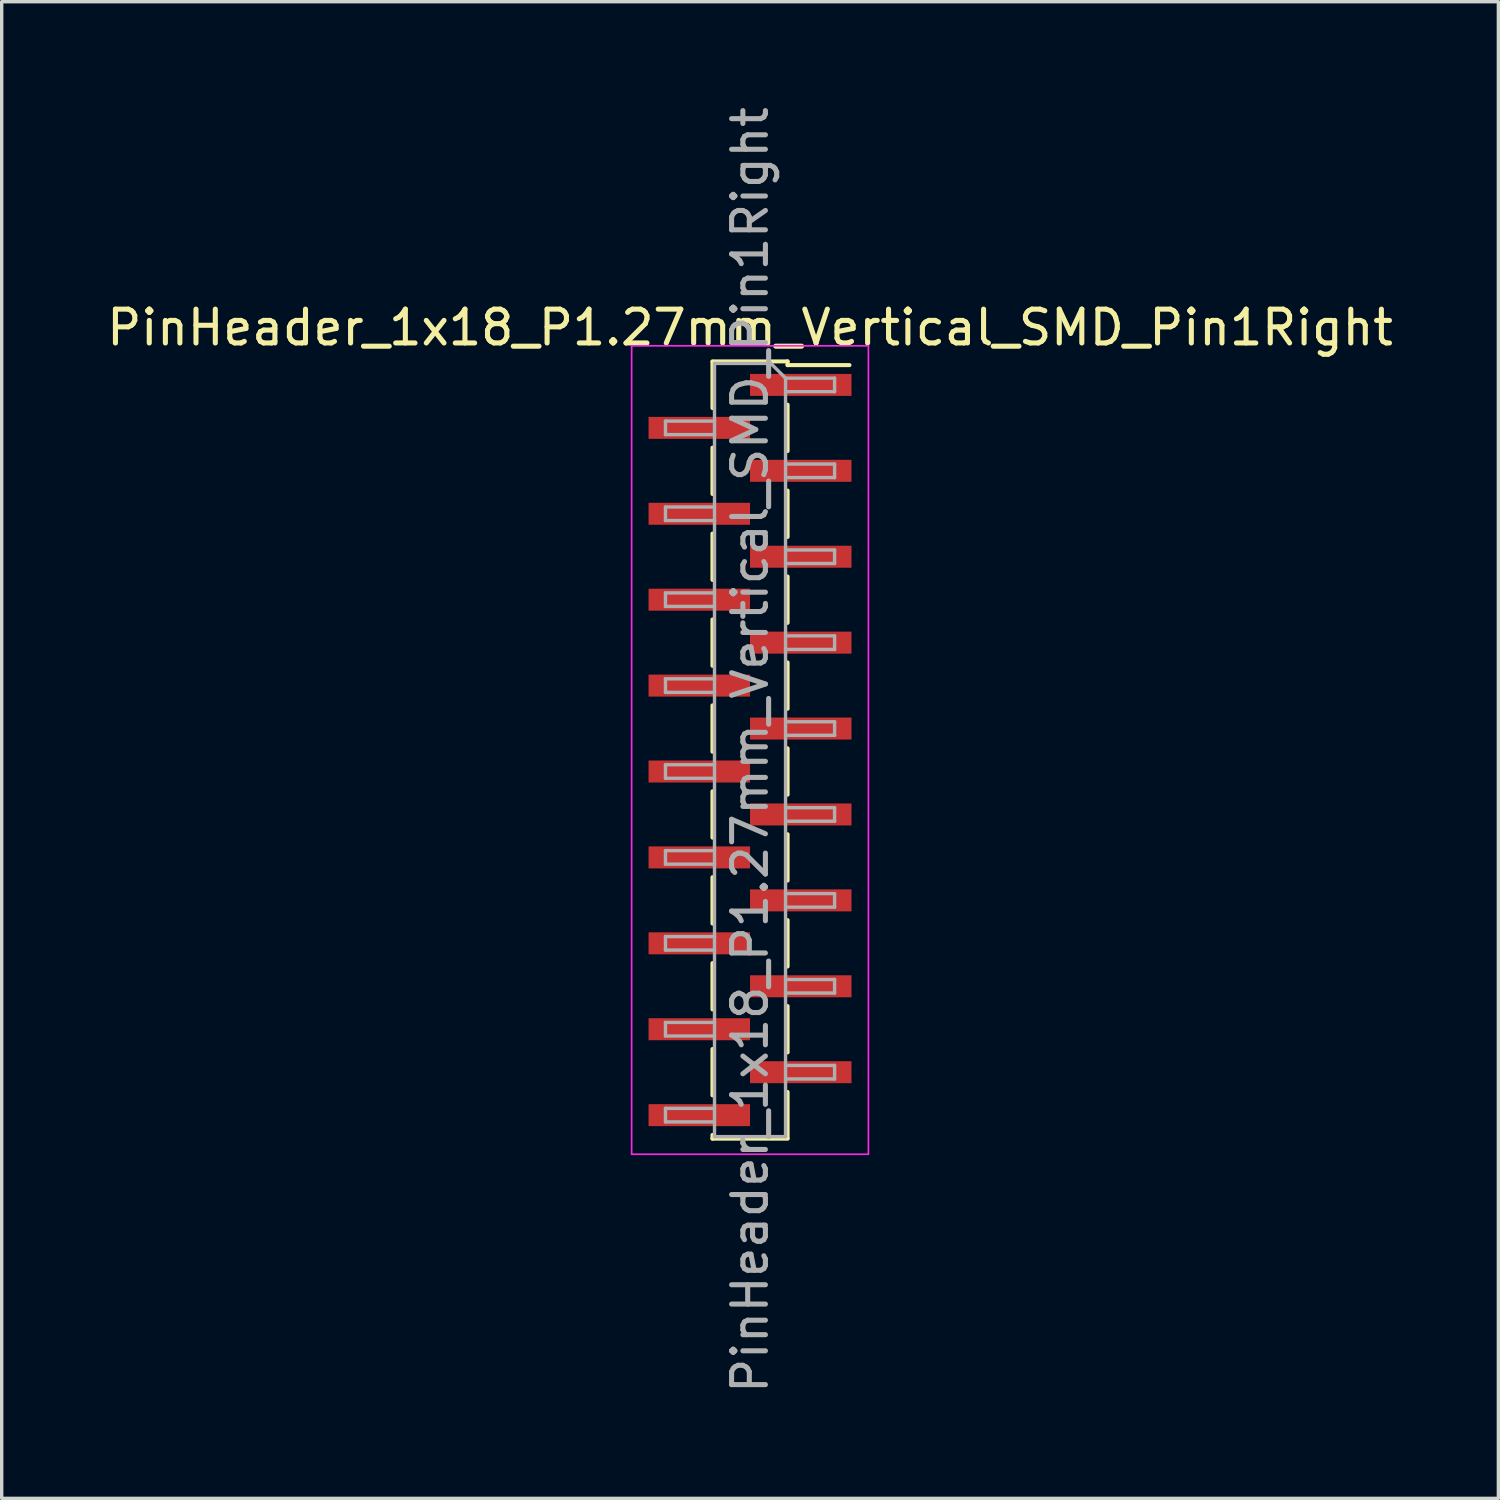
<source format=kicad_pcb>
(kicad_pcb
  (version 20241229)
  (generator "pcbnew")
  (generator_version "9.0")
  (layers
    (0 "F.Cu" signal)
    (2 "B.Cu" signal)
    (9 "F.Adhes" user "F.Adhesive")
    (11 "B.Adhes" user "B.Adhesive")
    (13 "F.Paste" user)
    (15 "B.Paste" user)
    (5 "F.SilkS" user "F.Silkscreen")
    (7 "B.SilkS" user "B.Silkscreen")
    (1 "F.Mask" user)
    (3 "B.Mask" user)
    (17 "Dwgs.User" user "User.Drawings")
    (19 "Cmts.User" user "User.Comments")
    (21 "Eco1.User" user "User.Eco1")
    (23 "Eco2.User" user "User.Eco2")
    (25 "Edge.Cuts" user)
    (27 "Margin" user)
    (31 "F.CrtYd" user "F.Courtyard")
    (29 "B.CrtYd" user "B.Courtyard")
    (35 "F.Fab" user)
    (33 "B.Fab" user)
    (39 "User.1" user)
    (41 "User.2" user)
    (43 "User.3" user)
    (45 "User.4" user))
  (footprint "PinHeader_1x18_P1.27mm_Vertical_SMD_Pin1Right"
    (layer "F.Cu")
    (at 19.125 19.125)
    (property "Reference" "PinHeader_1x18_P1.27mm_Vertical_SMD_Pin1Right" (at 0 -12.49 0) (layer "F.SilkS") (effects (font (size 1 1) (thickness 0.15))))
    (attr smd)
    (fp_line (start -1.11 -11.49) (end 1.11 -11.49) (stroke (width 0.12) (type solid)) (layer "F.SilkS"))
    (fp_line (start -1.11 -11.48) (end -1.11 -10.11) (stroke (width 0.12) (type solid)) (layer "F.SilkS"))
    (fp_line (start -1.11 -8.94) (end -1.11 -7.57) (stroke (width 0.12) (type solid)) (layer "F.SilkS"))
    (fp_line (start -1.11 -6.4) (end -1.11 -5.03) (stroke (width 0.12) (type solid)) (layer "F.SilkS"))
    (fp_line (start -1.11 -3.86) (end -1.11 -2.49) (stroke (width 0.12) (type solid)) (layer "F.SilkS"))
    (fp_line (start -1.11 -1.32) (end -1.11 0.05) (stroke (width 0.12) (type solid)) (layer "F.SilkS"))
    (fp_line (start -1.11 1.22) (end -1.11 2.59) (stroke (width 0.12) (type solid)) (layer "F.SilkS"))
    (fp_line (start -1.11 3.76) (end -1.11 5.13) (stroke (width 0.12) (type solid)) (layer "F.SilkS"))
    (fp_line (start -1.11 6.3) (end -1.11 7.67) (stroke (width 0.12) (type solid)) (layer "F.SilkS"))
    (fp_line (start -1.11 8.84) (end -1.11 10.21) (stroke (width 0.12) (type solid)) (layer "F.SilkS"))
    (fp_line (start -1.11 11.38) (end -1.11 11.49) (stroke (width 0.12) (type solid)) (layer "F.SilkS"))
    (fp_line (start -1.11 11.49) (end 1.11 11.49) (stroke (width 0.12) (type solid)) (layer "F.SilkS"))
    (fp_line (start 1.11 -11.49) (end 1.11 -11.38) (stroke (width 0.12) (type solid)) (layer "F.SilkS"))
    (fp_line (start 1.11 -11.38) (end 2.94 -11.38) (stroke (width 0.12) (type solid)) (layer "F.SilkS"))
    (fp_line (start 1.11 -10.21) (end 1.11 -8.84) (stroke (width 0.12) (type solid)) (layer "F.SilkS"))
    (fp_line (start 1.11 -7.67) (end 1.11 -6.3) (stroke (width 0.12) (type solid)) (layer "F.SilkS"))
    (fp_line (start 1.11 -5.13) (end 1.11 -3.76) (stroke (width 0.12) (type solid)) (layer "F.SilkS"))
    (fp_line (start 1.11 -2.59) (end 1.11 -1.22) (stroke (width 0.12) (type solid)) (layer "F.SilkS"))
    (fp_line (start 1.11 -0.05) (end 1.11 1.32) (stroke (width 0.12) (type solid)) (layer "F.SilkS"))
    (fp_line (start 1.11 2.49) (end 1.11 3.86) (stroke (width 0.12) (type solid)) (layer "F.SilkS"))
    (fp_line (start 1.11 5.03) (end 1.11 6.4) (stroke (width 0.12) (type solid)) (layer "F.SilkS"))
    (fp_line (start 1.11 7.57) (end 1.11 8.94) (stroke (width 0.12) (type solid)) (layer "F.SilkS"))
    (fp_line (start 1.11 10.11) (end 1.11 11.48) (stroke (width 0.12) (type solid)) (layer "F.SilkS"))
    (fp_line (start -3.5 -11.95) (end -3.5 11.95) (stroke (width 0.05) (type solid)) (layer "F.CrtYd"))
    (fp_line (start -3.5 11.95) (end 3.5 11.95) (stroke (width 0.05) (type solid)) (layer "F.CrtYd"))
    (fp_line (start 3.5 -11.95) (end -3.5 -11.95) (stroke (width 0.05) (type solid)) (layer "F.CrtYd"))
    (fp_line (start 3.5 11.95) (end 3.5 -11.95) (stroke (width 0.05) (type solid)) (layer "F.CrtYd"))
    (fp_line (start -2.5 -9.725) (end -2.5 -9.325) (stroke (width 0.1) (type solid)) (layer "F.Fab"))
    (fp_line (start -2.5 -9.325) (end -1.05 -9.325) (stroke (width 0.1) (type solid)) (layer "F.Fab"))
    (fp_line (start -2.5 -7.185) (end -2.5 -6.785) (stroke (width 0.1) (type solid)) (layer "F.Fab"))
    (fp_line (start -2.5 -6.785) (end -1.05 -6.785) (stroke (width 0.1) (type solid)) (layer "F.Fab"))
    (fp_line (start -2.5 -4.645) (end -2.5 -4.245) (stroke (width 0.1) (type solid)) (layer "F.Fab"))
    (fp_line (start -2.5 -4.245) (end -1.05 -4.245) (stroke (width 0.1) (type solid)) (layer "F.Fab"))
    (fp_line (start -2.5 -2.105) (end -2.5 -1.705) (stroke (width 0.1) (type solid)) (layer "F.Fab"))
    (fp_line (start -2.5 -1.705) (end -1.05 -1.705) (stroke (width 0.1) (type solid)) (layer "F.Fab"))
    (fp_line (start -2.5 0.435) (end -2.5 0.835) (stroke (width 0.1) (type solid)) (layer "F.Fab"))
    (fp_line (start -2.5 0.835) (end -1.05 0.835) (stroke (width 0.1) (type solid)) (layer "F.Fab"))
    (fp_line (start -2.5 2.975) (end -2.5 3.375) (stroke (width 0.1) (type solid)) (layer "F.Fab"))
    (fp_line (start -2.5 3.375) (end -1.05 3.375) (stroke (width 0.1) (type solid)) (layer "F.Fab"))
    (fp_line (start -2.5 5.515) (end -2.5 5.915) (stroke (width 0.1) (type solid)) (layer "F.Fab"))
    (fp_line (start -2.5 5.915) (end -1.05 5.915) (stroke (width 0.1) (type solid)) (layer "F.Fab"))
    (fp_line (start -2.5 8.055) (end -2.5 8.455) (stroke (width 0.1) (type solid)) (layer "F.Fab"))
    (fp_line (start -2.5 8.455) (end -1.05 8.455) (stroke (width 0.1) (type solid)) (layer "F.Fab"))
    (fp_line (start -2.5 10.595) (end -2.5 10.995) (stroke (width 0.1) (type solid)) (layer "F.Fab"))
    (fp_line (start -2.5 10.995) (end -1.05 10.995) (stroke (width 0.1) (type solid)) (layer "F.Fab"))
    (fp_line (start -1.05 -11.43) (end -1.05 11.43) (stroke (width 0.1) (type solid)) (layer "F.Fab"))
    (fp_line (start -1.05 -11.43) (end 0.615 -11.43) (stroke (width 0.1) (type solid)) (layer "F.Fab"))
    (fp_line (start -1.05 -9.725) (end -2.5 -9.725) (stroke (width 0.1) (type solid)) (layer "F.Fab"))
    (fp_line (start -1.05 -7.185) (end -2.5 -7.185) (stroke (width 0.1) (type solid)) (layer "F.Fab"))
    (fp_line (start -1.05 -4.645) (end -2.5 -4.645) (stroke (width 0.1) (type solid)) (layer "F.Fab"))
    (fp_line (start -1.05 -2.105) (end -2.5 -2.105) (stroke (width 0.1) (type solid)) (layer "F.Fab"))
    (fp_line (start -1.05 0.435) (end -2.5 0.435) (stroke (width 0.1) (type solid)) (layer "F.Fab"))
    (fp_line (start -1.05 2.975) (end -2.5 2.975) (stroke (width 0.1) (type solid)) (layer "F.Fab"))
    (fp_line (start -1.05 5.515) (end -2.5 5.515) (stroke (width 0.1) (type solid)) (layer "F.Fab"))
    (fp_line (start -1.05 8.055) (end -2.5 8.055) (stroke (width 0.1) (type solid)) (layer "F.Fab"))
    (fp_line (start -1.05 10.595) (end -2.5 10.595) (stroke (width 0.1) (type solid)) (layer "F.Fab"))
    (fp_line (start 1.05 -10.995) (end 0.615 -11.43) (stroke (width 0.1) (type solid)) (layer "F.Fab"))
    (fp_line (start 1.05 -10.995) (end 2.5 -10.995) (stroke (width 0.1) (type solid)) (layer "F.Fab"))
    (fp_line (start 1.05 -8.455) (end 2.5 -8.455) (stroke (width 0.1) (type solid)) (layer "F.Fab"))
    (fp_line (start 1.05 -5.915) (end 2.5 -5.915) (stroke (width 0.1) (type solid)) (layer "F.Fab"))
    (fp_line (start 1.05 -3.375) (end 2.5 -3.375) (stroke (width 0.1) (type solid)) (layer "F.Fab"))
    (fp_line (start 1.05 -0.835) (end 2.5 -0.835) (stroke (width 0.1) (type solid)) (layer "F.Fab"))
    (fp_line (start 1.05 1.705) (end 2.5 1.705) (stroke (width 0.1) (type solid)) (layer "F.Fab"))
    (fp_line (start 1.05 4.245) (end 2.5 4.245) (stroke (width 0.1) (type solid)) (layer "F.Fab"))
    (fp_line (start 1.05 6.785) (end 2.5 6.785) (stroke (width 0.1) (type solid)) (layer "F.Fab"))
    (fp_line (start 1.05 9.325) (end 2.5 9.325) (stroke (width 0.1) (type solid)) (layer "F.Fab"))
    (fp_line (start 1.05 11.43) (end -1.05 11.43) (stroke (width 0.1) (type solid)) (layer "F.Fab"))
    (fp_line (start 1.05 11.43) (end 1.05 -10.995) (stroke (width 0.1) (type solid)) (layer "F.Fab"))
    (fp_line (start 2.5 -10.995) (end 2.5 -10.595) (stroke (width 0.1) (type solid)) (layer "F.Fab"))
    (fp_line (start 2.5 -10.595) (end 1.05 -10.595) (stroke (width 0.1) (type solid)) (layer "F.Fab"))
    (fp_line (start 2.5 -8.455) (end 2.5 -8.055) (stroke (width 0.1) (type solid)) (layer "F.Fab"))
    (fp_line (start 2.5 -8.055) (end 1.05 -8.055) (stroke (width 0.1) (type solid)) (layer "F.Fab"))
    (fp_line (start 2.5 -5.915) (end 2.5 -5.515) (stroke (width 0.1) (type solid)) (layer "F.Fab"))
    (fp_line (start 2.5 -5.515) (end 1.05 -5.515) (stroke (width 0.1) (type solid)) (layer "F.Fab"))
    (fp_line (start 2.5 -3.375) (end 2.5 -2.975) (stroke (width 0.1) (type solid)) (layer "F.Fab"))
    (fp_line (start 2.5 -2.975) (end 1.05 -2.975) (stroke (width 0.1) (type solid)) (layer "F.Fab"))
    (fp_line (start 2.5 -0.835) (end 2.5 -0.435) (stroke (width 0.1) (type solid)) (layer "F.Fab"))
    (fp_line (start 2.5 -0.435) (end 1.05 -0.435) (stroke (width 0.1) (type solid)) (layer "F.Fab"))
    (fp_line (start 2.5 1.705) (end 2.5 2.105) (stroke (width 0.1) (type solid)) (layer "F.Fab"))
    (fp_line (start 2.5 2.105) (end 1.05 2.105) (stroke (width 0.1) (type solid)) (layer "F.Fab"))
    (fp_line (start 2.5 4.245) (end 2.5 4.645) (stroke (width 0.1) (type solid)) (layer "F.Fab"))
    (fp_line (start 2.5 4.645) (end 1.05 4.645) (stroke (width 0.1) (type solid)) (layer "F.Fab"))
    (fp_line (start 2.5 6.785) (end 2.5 7.185) (stroke (width 0.1) (type solid)) (layer "F.Fab"))
    (fp_line (start 2.5 7.185) (end 1.05 7.185) (stroke (width 0.1) (type solid)) (layer "F.Fab"))
    (fp_line (start 2.5 9.325) (end 2.5 9.725) (stroke (width 0.1) (type solid)) (layer "F.Fab"))
    (fp_line (start 2.5 9.725) (end 1.05 9.725) (stroke (width 0.1) (type solid)) (layer "F.Fab"))
    (fp_text user "${REFERENCE}" (at 0 0 90) (layer "F.Fab") (effects (font (size 1 1) (thickness 0.15))))
    (pad "1" smd rect (at 1.5 -10.795) (size 3 0.65) (layers "F.Cu" "F.Mask" "F.Paste"))
    (pad "2" smd rect (at -1.5 -9.525) (size 3 0.65) (layers "F.Cu" "F.Mask" "F.Paste"))
    (pad "3" smd rect (at 1.5 -8.255) (size 3 0.65) (layers "F.Cu" "F.Mask" "F.Paste"))
    (pad "4" smd rect (at -1.5 -6.985) (size 3 0.65) (layers "F.Cu" "F.Mask" "F.Paste"))
    (pad "5" smd rect (at 1.5 -5.715) (size 3 0.65) (layers "F.Cu" "F.Mask" "F.Paste"))
    (pad "6" smd rect (at -1.5 -4.445) (size 3 0.65) (layers "F.Cu" "F.Mask" "F.Paste"))
    (pad "7" smd rect (at 1.5 -3.175) (size 3 0.65) (layers "F.Cu" "F.Mask" "F.Paste"))
    (pad "8" smd rect (at -1.5 -1.905) (size 3 0.65) (layers "F.Cu" "F.Mask" "F.Paste"))
    (pad "9" smd rect (at 1.5 -0.635) (size 3 0.65) (layers "F.Cu" "F.Mask" "F.Paste"))
    (pad "10" smd rect (at -1.5 0.635) (size 3 0.65) (layers "F.Cu" "F.Mask" "F.Paste"))
    (pad "11" smd rect (at 1.5 1.905) (size 3 0.65) (layers "F.Cu" "F.Mask" "F.Paste"))
    (pad "12" smd rect (at -1.5 3.175) (size 3 0.65) (layers "F.Cu" "F.Mask" "F.Paste"))
    (pad "13" smd rect (at 1.5 4.445) (size 3 0.65) (layers "F.Cu" "F.Mask" "F.Paste"))
    (pad "14" smd rect (at -1.5 5.715) (size 3 0.65) (layers "F.Cu" "F.Mask" "F.Paste"))
    (pad "15" smd rect (at 1.5 6.985) (size 3 0.65) (layers "F.Cu" "F.Mask" "F.Paste"))
    (pad "16" smd rect (at -1.5 8.255) (size 3 0.65) (layers "F.Cu" "F.Mask" "F.Paste"))
    (pad "17" smd rect (at 1.5 9.525) (size 3 0.65) (layers "F.Cu" "F.Mask" "F.Paste"))
    (pad "18" smd rect (at -1.5 10.795) (size 3 0.65) (layers "F.Cu" "F.Mask" "F.Paste")))
  (gr_rect
    (start -3 -3)
    (end 41.25 41.25)
    (stroke (width 0.1) (type default))
    (fill no)
    (layer "Edge.Cuts")))
</source>
